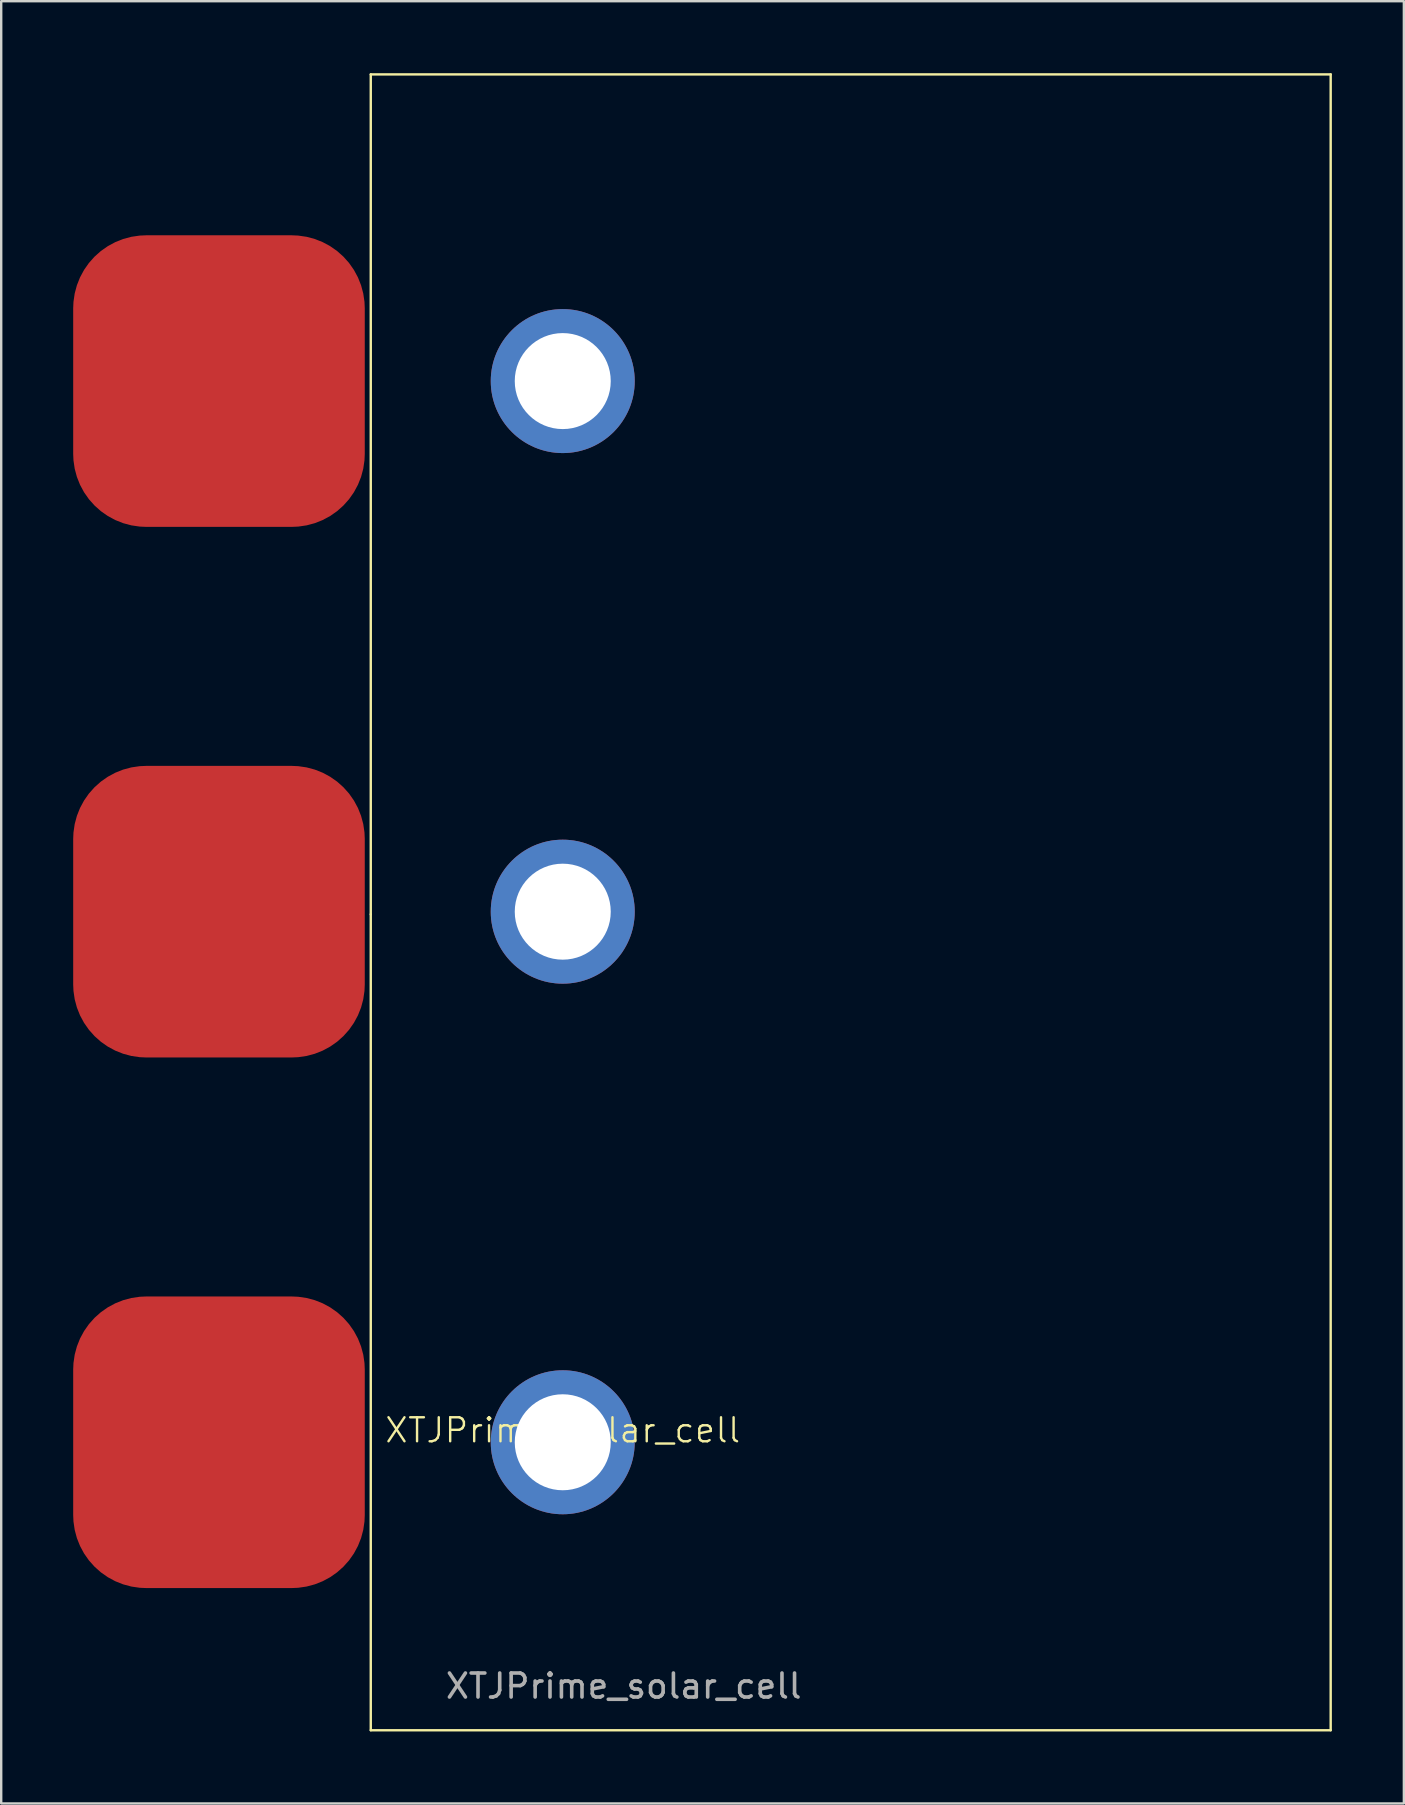
<source format=kicad_pcb>
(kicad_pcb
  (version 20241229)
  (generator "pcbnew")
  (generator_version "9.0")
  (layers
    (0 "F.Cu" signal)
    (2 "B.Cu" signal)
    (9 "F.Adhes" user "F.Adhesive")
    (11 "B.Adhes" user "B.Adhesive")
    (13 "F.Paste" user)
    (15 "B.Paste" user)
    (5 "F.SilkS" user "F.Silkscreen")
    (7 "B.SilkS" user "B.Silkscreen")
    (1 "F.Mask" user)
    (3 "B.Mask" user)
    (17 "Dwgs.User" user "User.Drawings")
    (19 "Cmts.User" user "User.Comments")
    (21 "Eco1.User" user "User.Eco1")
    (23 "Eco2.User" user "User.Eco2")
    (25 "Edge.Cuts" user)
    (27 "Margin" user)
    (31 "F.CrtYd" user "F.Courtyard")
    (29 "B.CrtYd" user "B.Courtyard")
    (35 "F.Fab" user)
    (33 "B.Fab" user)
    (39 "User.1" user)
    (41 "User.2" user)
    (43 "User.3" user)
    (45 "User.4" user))
  (footprint "XTJPrime_solar_cell"
    (layer "F.Cu")
    (at 20.4 57.05)
    (property "Reference" "XTJPrime_solar_cell" (at 0 -0.5 0) (unlocked yes) (layer "F.SilkS") (effects (font (size 1 1) (thickness 0.1))))
    (attr smd)
    (fp_line (start -8 -57) (end 32 -57) (stroke (width 0.1) (type default)) (layer "F.SilkS"))
    (fp_line (start -8 -22) (end -8 -57) (stroke (width 0.1) (type default)) (layer "F.SilkS"))
    (fp_line (start -8 12) (end -8 -22) (stroke (width 0.1) (type default)) (layer "F.SilkS"))
    (fp_line (start 32 -57) (end 32 12) (stroke (width 0.1) (type default)) (layer "F.SilkS"))
    (fp_line (start 32 12) (end -8 12) (stroke (width 0.1) (type default)) (layer "F.SilkS"))
    (fp_text user "${REFERENCE}" (at 2.54 10.16 0) (unlocked yes) (layer "F.Fab") (effects (font (size 1 1) (thickness 0.15))))
    (pad "1" thru_hole circle (at 0 -44.22) (size 6 6) (drill 4) (layers "*.Cu" "*.Mask"))
    (pad "1" thru_hole circle (at 0 -22.11) (size 6 6) (drill 4) (layers "*.Cu" "*.Mask"))
    (pad "1" thru_hole circle (at 0 0) (size 6 6) (drill 4) (layers "*.Cu" "*.Mask"))
    (pad "2" smd roundrect (at -14.325 -44.22) (size 12.15 12.15) (layers "F.Cu" "F.Mask" "F.Paste") (roundrect_rratio 0.25))
    (pad "2" smd roundrect (at -14.325 -22.11) (size 12.15 12.15) (layers "F.Cu" "F.Mask" "F.Paste") (roundrect_rratio 0.25))
    (pad "2" smd roundrect (at -14.325 0) (size 12.15 12.15) (layers "F.Cu" "F.Mask" "F.Paste") (roundrect_rratio 0.25)))
  (gr_rect
    (start -3 -3)
    (end 55.45 72.1)
    (stroke (width 0.1) (type default))
    (fill no)
    (layer "Edge.Cuts")))
</source>
